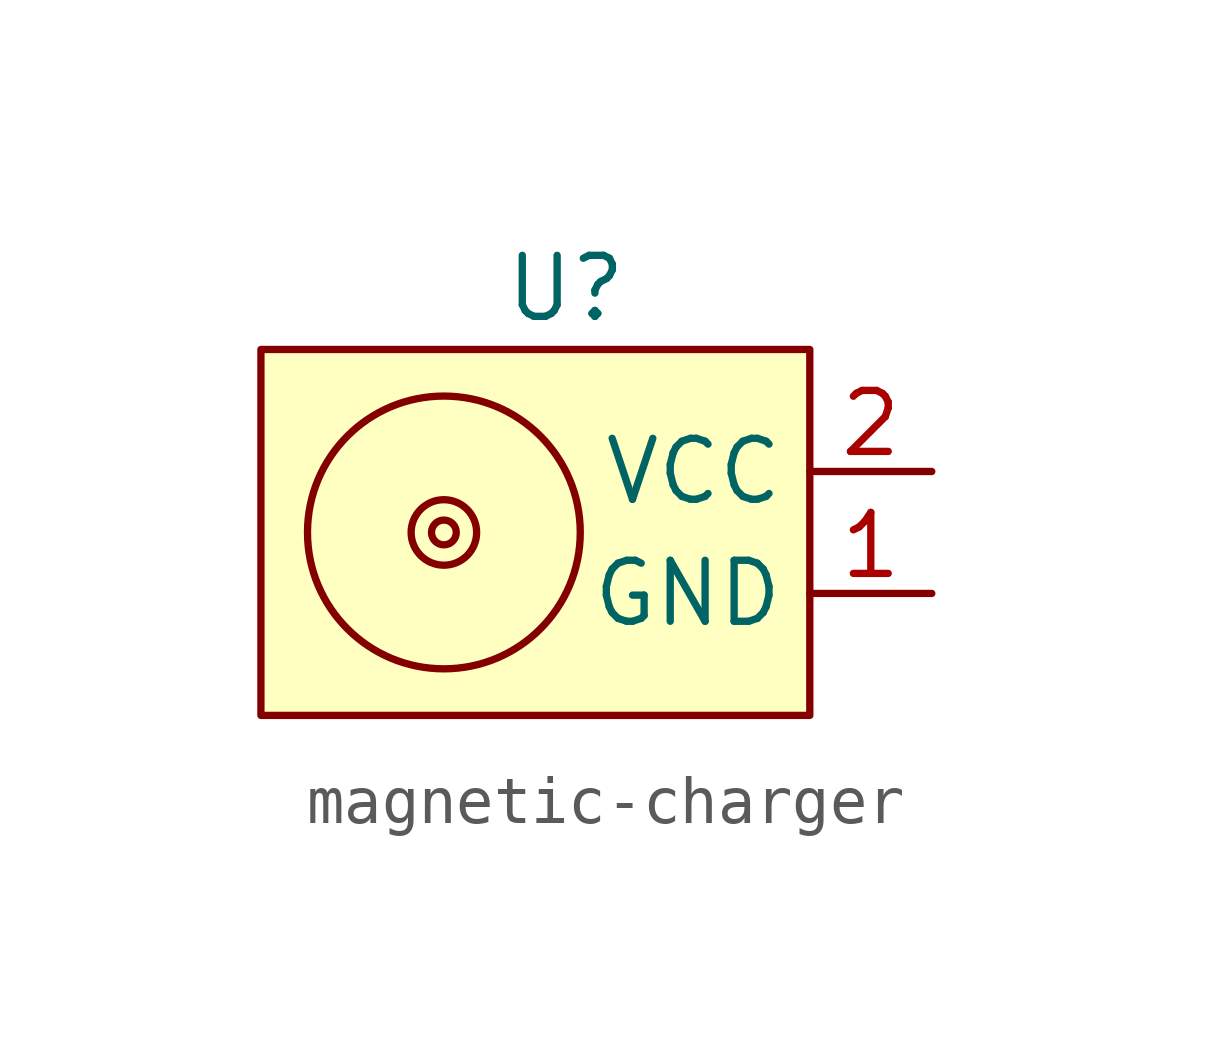
<source format=kicad_sym>
(kicad_symbol_lib
  (version 20211014)
  (generator kicad_symbol_editor)
  (symbol "magnetic-charger"
    (property "Reference" "U"
      (at 0 5.08 0)
      (effects (font (size 1.27 1.27))))
    (symbol "magnetic-charger_0_1"
      (rectangle (start -6.35 3.81) (end 5.08 -3.81) (stroke (width 0) (type default) (color 0 0 0 0)) (fill (type background)))
      (circle (center -2.54 0) (radius 0.258) (stroke (width 0) (type default) (color 0 0 0 0)) (fill (type none)))
      (circle (center -2.54 0) (radius 0.682) (stroke (width 0) (type default) (color 0 0 0 0)) (fill (type none)))
      (circle (center -2.54 0) (radius 2.84) (stroke (width 0) (type default) (color 0 0 0 0)) (fill (type none))))
    (symbol "magnetic-charger_1_1"
      (pin power_in line (at 7.62 -1.27 180) (length 2.54) (name "GND" (effects (font (size 1.27 1.27)))) (number "1" (effects (font (size 1.27 1.27)))))
      (pin power_in line (at 7.62 1.27 180) (length 2.54) (name "VCC" (effects (font (size 1.27 1.27)))) (number "2" (effects (font (size 1.27 1.27))))))))
</source>
